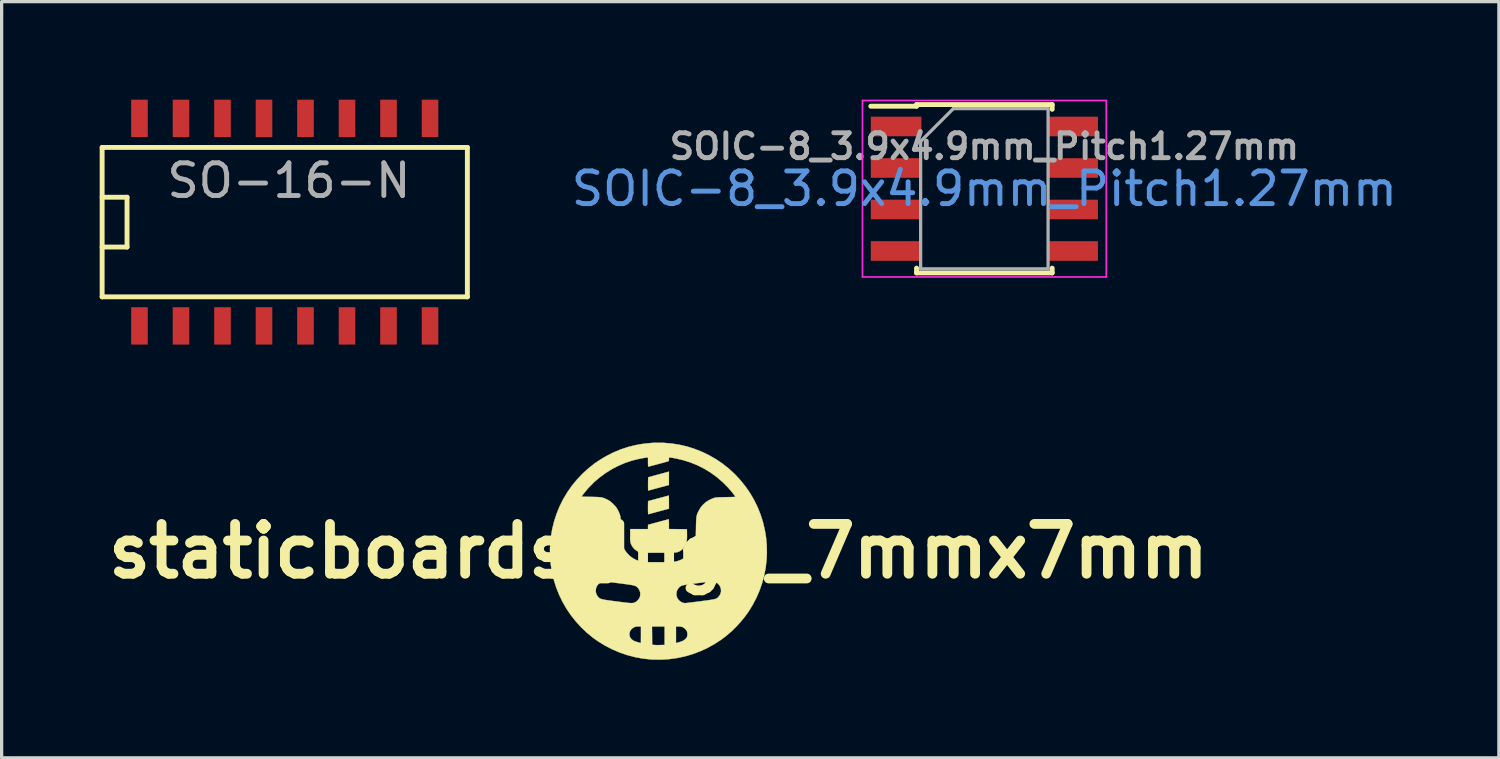
<source format=kicad_pcb>
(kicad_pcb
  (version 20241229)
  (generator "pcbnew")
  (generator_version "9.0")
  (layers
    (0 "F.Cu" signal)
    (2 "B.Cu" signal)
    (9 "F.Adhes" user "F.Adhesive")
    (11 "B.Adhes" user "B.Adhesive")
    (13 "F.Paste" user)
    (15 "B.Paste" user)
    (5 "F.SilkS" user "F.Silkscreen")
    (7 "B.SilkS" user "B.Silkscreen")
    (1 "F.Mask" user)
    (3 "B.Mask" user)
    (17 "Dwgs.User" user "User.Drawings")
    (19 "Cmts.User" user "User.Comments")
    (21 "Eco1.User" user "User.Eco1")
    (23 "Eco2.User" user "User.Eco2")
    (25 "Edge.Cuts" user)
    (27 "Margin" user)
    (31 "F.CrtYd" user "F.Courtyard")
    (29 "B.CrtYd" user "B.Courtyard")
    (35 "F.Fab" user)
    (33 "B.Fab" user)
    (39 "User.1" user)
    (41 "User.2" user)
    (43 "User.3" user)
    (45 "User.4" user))
  (footprint "SO-16-N"
    (layer "F.Cu")
    (at 5.663 3.747)
    (property "Reference" "SO-16-N" (at 0.127 -1.27 0) (layer "F.Fab") (effects (font (size 1 1) (thickness 0.15))))
    (attr smd)
    (fp_line (start -5.588 -2.286) (end 5.588 -2.286) (stroke (width 0.15) (type solid)) (layer "F.SilkS"))
    (fp_line (start -5.588 -0.762) (end -4.826 -0.762) (stroke (width 0.15) (type solid)) (layer "F.SilkS"))
    (fp_line (start -5.588 2.286) (end -5.588 -2.286) (stroke (width 0.15) (type solid)) (layer "F.SilkS"))
    (fp_line (start -4.826 -0.762) (end -4.826 0.762) (stroke (width 0.15) (type solid)) (layer "F.SilkS"))
    (fp_line (start -4.826 0.762) (end -5.588 0.762) (stroke (width 0.15) (type solid)) (layer "F.SilkS"))
    (fp_line (start 5.588 -2.286) (end 5.588 2.286) (stroke (width 0.15) (type solid)) (layer "F.SilkS"))
    (fp_line (start 5.588 2.286) (end -5.588 2.286) (stroke (width 0.15) (type solid)) (layer "F.SilkS"))
    (pad "1" smd rect (at -4.445 3.175) (size 0.508 1.143) (layers "F.Cu" "F.Mask" "F.Paste"))
    (pad "2" smd rect (at -3.175 3.175) (size 0.508 1.143) (layers "F.Cu" "F.Mask" "F.Paste"))
    (pad "3" smd rect (at -1.905 3.175) (size 0.508 1.143) (layers "F.Cu" "F.Mask" "F.Paste"))
    (pad "4" smd rect (at -0.635 3.175) (size 0.508 1.143) (layers "F.Cu" "F.Mask" "F.Paste"))
    (pad "5" smd rect (at 0.635 3.175) (size 0.508 1.143) (layers "F.Cu" "F.Mask" "F.Paste"))
    (pad "6" smd rect (at 1.905 3.175) (size 0.508 1.143) (layers "F.Cu" "F.Mask" "F.Paste"))
    (pad "7" smd rect (at 3.175 3.175) (size 0.508 1.143) (layers "F.Cu" "F.Mask" "F.Paste"))
    (pad "8" smd rect (at 4.445 3.175) (size 0.508 1.143) (layers "F.Cu" "F.Mask" "F.Paste"))
    (pad "9" smd rect (at 4.445 -3.175) (size 0.508 1.143) (layers "F.Cu" "F.Mask" "F.Paste"))
    (pad "10" smd rect (at 3.175 -3.175) (size 0.508 1.143) (layers "F.Cu" "F.Mask" "F.Paste"))
    (pad "11" smd rect (at 1.905 -3.175) (size 0.508 1.143) (layers "F.Cu" "F.Mask" "F.Paste"))
    (pad "12" smd rect (at 0.635 -3.175) (size 0.508 1.143) (layers "F.Cu" "F.Mask" "F.Paste"))
    (pad "13" smd rect (at -0.635 -3.175) (size 0.508 1.143) (layers "F.Cu" "F.Mask" "F.Paste"))
    (pad "14" smd rect (at -1.905 -3.175) (size 0.508 1.143) (layers "F.Cu" "F.Mask" "F.Paste"))
    (pad "15" smd rect (at -3.175 -3.175) (size 0.508 1.143) (layers "F.Cu" "F.Mask" "F.Paste"))
    (pad "16" smd rect (at -4.445 -3.175) (size 0.508 1.143) (layers "F.Cu" "F.Mask" "F.Paste")))
  (footprint "staticboards_logo_7mmx7mm"
    (layer "F.Cu")
    (at 17.098 13.816)
    (property "Reference" "staticboards_logo_7mmx7mm" (at 0 0 0) (layer "F.SilkS") (effects (font (size 1.524 1.524) (thickness 0.3))))
    (attr through_hole)
    (fp_poly (pts (xy 0.32 -2.027) (xy 0.012 -1.943) (xy -0.062 -1.923) (xy -0.129 -1.905) (xy -0.19 -1.889) (xy -0.24 -1.875) (xy -0.278 -1.864) (xy -0.301 -1.858) (xy -0.308 -1.856) (xy -0.312 -1.858) (xy -0.315 -1.869) (xy -0.317 -1.89) (xy -0.318 -1.925) (xy -0.318 -1.974) (xy -0.318 -2.04) (xy -0.318 -2.057) (xy -0.315 -2.262) (xy -0.08 -2.326) (xy -0.011 -2.345) (xy 0.057 -2.363) (xy 0.12 -2.38) (xy 0.175 -2.395) (xy 0.217 -2.407) (xy 0.238 -2.412) (xy 0.32 -2.435) (xy 0.32 -2.027)) (stroke (width 0.01) (type solid)) (fill yes) (layer "F.SilkS"))
    (fp_poly (pts (xy 0.317 -1.694) (xy 0.318 -1.669) (xy 0.319 -1.63) (xy 0.32 -1.581) (xy 0.32 -1.524) (xy 0.32 -1.503) (xy 0.32 -1.302) (xy 0.012 -1.219) (xy -0.062 -1.199) (xy -0.129 -1.181) (xy -0.19 -1.164) (xy -0.24 -1.151) (xy -0.278 -1.14) (xy -0.301 -1.133) (xy -0.308 -1.131) (xy -0.312 -1.134) (xy -0.315 -1.146) (xy -0.317 -1.169) (xy -0.319 -1.206) (xy -0.32 -1.257) (xy -0.32 -1.326) (xy -0.32 -1.33) (xy -0.32 -1.39) (xy -0.319 -1.442) (xy -0.318 -1.485) (xy -0.317 -1.516) (xy -0.316 -1.532) (xy -0.316 -1.533) (xy -0.306 -1.536) (xy -0.28 -1.543) (xy -0.24 -1.553) (xy -0.189 -1.567) (xy -0.127 -1.583) (xy -0.059 -1.602) (xy 0.001 -1.618) (xy 0.074 -1.638) (xy 0.141 -1.656) (xy 0.201 -1.672) (xy 0.25 -1.685) (xy 0.287 -1.695) (xy 0.31 -1.701) (xy 0.316 -1.703) (xy 0.317 -1.694)) (stroke (width 0.01) (type solid)) (fill yes) (layer "F.SilkS"))
    (fp_poly (pts (xy 0.317 -0.969) (xy 0.318 -0.945) (xy 0.319 -0.908) (xy 0.32 -0.861) (xy 0.32 -0.828) (xy 0.32 -0.678) (xy 0.595 -0.675) (xy 0.87 -0.673) (xy 0.873 -0.522) (xy 0.873 -0.437) (xy 0.87 -0.367) (xy 0.864 -0.309) (xy 0.853 -0.259) (xy 0.838 -0.213) (xy 0.822 -0.18) (xy 0.787 -0.123) (xy 0.742 -0.07) (xy 0.691 -0.026) (xy 0.651 -0.001) (xy 0.631 0.009) (xy 0.612 0.017) (xy 0.592 0.025) (xy 0.569 0.03) (xy 0.543 0.035) (xy 0.511 0.039) (xy 0.471 0.042) (xy 0.423 0.044) (xy 0.364 0.045) (xy 0.292 0.046) (xy 0.207 0.046) (xy 0.106 0.047) (xy -0.009 0.047) (xy -0.121 0.046) (xy -0.217 0.046) (xy -0.296 0.046) (xy -0.362 0.045) (xy -0.415 0.044) (xy -0.458 0.043) (xy -0.492 0.042) (xy -0.518 0.04) (xy -0.538 0.037) (xy -0.555 0.035) (xy -0.568 0.031) (xy -0.575 0.029) (xy -0.657 -0.007) (xy -0.727 -0.057) (xy -0.785 -0.121) (xy -0.83 -0.197) (xy -0.847 -0.24) (xy -0.853 -0.261) (xy -0.858 -0.283) (xy -0.861 -0.309) (xy -0.864 -0.343) (xy -0.865 -0.387) (xy -0.865 -0.445) (xy -0.865 -0.486) (xy -0.865 -0.677) (xy -0.32 -0.677) (xy -0.32 -0.743) (xy -0.319 -0.776) (xy -0.318 -0.799) (xy -0.316 -0.809) (xy -0.316 -0.809) (xy -0.306 -0.811) (xy -0.281 -0.818) (xy -0.241 -0.829) (xy -0.189 -0.843) (xy -0.128 -0.859) (xy -0.059 -0.878) (xy 0 -0.894) (xy 0.073 -0.914) (xy 0.141 -0.932) (xy 0.2 -0.948) (xy 0.25 -0.961) (xy 0.287 -0.971) (xy 0.31 -0.977) (xy 0.316 -0.978) (xy 0.317 -0.969)) (stroke (width 0.01) (type solid)) (fill yes) (layer "F.SilkS"))
    (fp_poly (pts (xy 0.159 -3.316) (xy 0.404 -3.295) (xy 0.646 -3.257) (xy 0.883 -3.201) (xy 1.115 -3.127) (xy 1.34 -3.038) (xy 1.559 -2.931) (xy 1.769 -2.809) (xy 1.971 -2.671) (xy 2.163 -2.518) (xy 2.344 -2.35) (xy 2.513 -2.168) (xy 2.667 -1.975) (xy 2.806 -1.773) (xy 2.928 -1.564) (xy 3.033 -1.348) (xy 3.122 -1.127) (xy 3.195 -0.9) (xy 3.25 -0.67) (xy 3.29 -0.437) (xy 3.312 -0.202) (xy 3.318 0.035) (xy 3.307 0.271) (xy 3.28 0.506) (xy 3.235 0.74) (xy 3.173 0.971) (xy 3.095 1.198) (xy 2.999 1.42) (xy 2.886 1.637) (xy 2.757 1.847) (xy 2.746 1.863) (xy 2.636 2.015) (xy 2.511 2.166) (xy 2.376 2.313) (xy 2.234 2.452) (xy 2.088 2.579) (xy 1.941 2.692) (xy 1.929 2.701) (xy 1.717 2.839) (xy 1.499 2.96) (xy 1.273 3.064) (xy 1.041 3.15) (xy 0.804 3.219) (xy 0.563 3.27) (xy 0.318 3.303) (xy 0.07 3.318) (xy -0.18 3.314) (xy -0.245 3.31) (xy -0.485 3.284) (xy -0.725 3.239) (xy -0.961 3.177) (xy -1.192 3.098) (xy -1.416 3.002) (xy -1.633 2.89) (xy -1.84 2.763) (xy -1.991 2.657) (xy -2.103 2.565) (xy -0.888 2.565) (xy -0.875 2.619) (xy -0.847 2.668) (xy -0.805 2.709) (xy -0.793 2.717) (xy -0.77 2.731) (xy -0.75 2.743) (xy -0.728 2.753) (xy -0.702 2.763) (xy -0.668 2.774) (xy -0.624 2.788) (xy -0.566 2.804) (xy -0.539 2.812) (xy -0.538 2.803) (xy -0.537 2.778) (xy -0.537 2.739) (xy -0.537 2.688) (xy -0.536 2.628) (xy -0.536 2.562) (xy -0.536 2.305) (xy -0.198 2.305) (xy -0.195 2.585) (xy -0.193 2.865) (xy -0.108 2.87) (xy -0.064 2.873) (xy -0.022 2.874) (xy 0.011 2.873) (xy 0.018 2.873) (xy 0.05 2.871) (xy 0.091 2.87) (xy 0.124 2.869) (xy 0.188 2.869) (xy 0.188 2.812) (xy 0.536 2.812) (xy 0.601 2.794) (xy 0.644 2.781) (xy 0.688 2.767) (xy 0.718 2.756) (xy 0.762 2.735) (xy 0.804 2.705) (xy 0.841 2.671) (xy 0.867 2.636) (xy 0.875 2.618) (xy 0.884 2.574) (xy 0.885 2.524) (xy 0.879 2.477) (xy 0.872 2.454) (xy 0.843 2.405) (xy 0.801 2.362) (xy 0.753 2.329) (xy 0.748 2.327) (xy 0.718 2.315) (xy 0.688 2.308) (xy 0.65 2.305) (xy 0.619 2.305) (xy 0.536 2.305) (xy 0.536 2.812) (xy 0.188 2.812) (xy 0.188 2.305) (xy -0.198 2.305) (xy -0.536 2.305) (xy -0.619 2.305) (xy -0.665 2.306) (xy -0.699 2.31) (xy -0.729 2.319) (xy -0.748 2.327) (xy -0.802 2.361) (xy -0.844 2.405) (xy -0.872 2.455) (xy -0.887 2.51) (xy -0.888 2.565) (xy -2.103 2.565) (xy -2.184 2.5) (xy -2.363 2.33) (xy -2.528 2.15) (xy -2.679 1.959) (xy -2.815 1.759) (xy -2.935 1.55) (xy -3.04 1.333) (xy -3.1 1.183) (xy -1.919 1.183) (xy -1.917 1.249) (xy -1.9 1.313) (xy -1.868 1.372) (xy -1.839 1.406) (xy -1.823 1.421) (xy -1.807 1.435) (xy -1.789 1.446) (xy -1.768 1.456) (xy -1.742 1.465) (xy -1.708 1.474) (xy -1.666 1.483) (xy -1.613 1.492) (xy -1.548 1.502) (xy -1.468 1.513) (xy -1.373 1.526) (xy -1.312 1.534) (xy -1.201 1.548) (xy -1.107 1.561) (xy -1.029 1.57) (xy -0.963 1.578) (xy -0.91 1.583) (xy -0.866 1.586) (xy -0.831 1.587) (xy -0.803 1.587) (xy -0.78 1.584) (xy -0.76 1.58) (xy -0.741 1.575) (xy -0.738 1.574) (xy -0.692 1.551) (xy -0.646 1.514) (xy -0.607 1.47) (xy -0.577 1.422) (xy -0.569 1.403) (xy -0.556 1.333) (xy -0.558 1.29) (xy 0.548 1.29) (xy 0.552 1.354) (xy 0.57 1.416) (xy 0.601 1.472) (xy 0.646 1.521) (xy 0.703 1.558) (xy 0.738 1.573) (xy 0.771 1.583) (xy 0.801 1.589) (xy 0.812 1.59) (xy 0.827 1.588) (xy 0.858 1.585) (xy 0.904 1.58) (xy 0.963 1.573) (xy 1.033 1.564) (xy 1.111 1.554) (xy 1.196 1.544) (xy 1.276 1.533) (xy 1.384 1.519) (xy 1.475 1.507) (xy 1.551 1.496) (xy 1.614 1.487) (xy 1.664 1.478) (xy 1.704 1.47) (xy 1.736 1.462) (xy 1.762 1.453) (xy 1.782 1.443) (xy 1.799 1.432) (xy 1.814 1.419) (xy 1.83 1.404) (xy 1.833 1.401) (xy 1.876 1.346) (xy 1.903 1.285) (xy 1.915 1.222) (xy 1.911 1.159) (xy 1.894 1.098) (xy 1.864 1.042) (xy 1.822 0.994) (xy 1.768 0.957) (xy 1.703 0.932) (xy 1.692 0.93) (xy 1.679 0.928) (xy 1.663 0.926) (xy 1.642 0.926) (xy 1.616 0.927) (xy 1.582 0.93) (xy 1.539 0.934) (xy 1.485 0.941) (xy 1.418 0.949) (xy 1.337 0.959) (xy 1.239 0.971) (xy 1.196 0.977) (xy 1.087 0.991) (xy 0.995 1.003) (xy 0.918 1.014) (xy 0.855 1.023) (xy 0.803 1.032) (xy 0.762 1.04) (xy 0.73 1.049) (xy 0.704 1.057) (xy 0.683 1.067) (xy 0.666 1.078) (xy 0.651 1.09) (xy 0.636 1.105) (xy 0.63 1.11) (xy 0.587 1.165) (xy 0.56 1.226) (xy 0.548 1.29) (xy -0.558 1.29) (xy -0.559 1.263) (xy -0.58 1.197) (xy -0.616 1.137) (xy -0.637 1.114) (xy -0.652 1.098) (xy -0.668 1.085) (xy -0.686 1.074) (xy -0.706 1.064) (xy -0.732 1.054) (xy -0.764 1.046) (xy -0.804 1.037) (xy -0.855 1.028) (xy -0.917 1.019) (xy -0.992 1.008) (xy -1.083 0.996) (xy -1.19 0.982) (xy -1.209 0.98) (xy -1.317 0.966) (xy -1.409 0.954) (xy -1.486 0.945) (xy -1.549 0.938) (xy -1.6 0.934) (xy -1.642 0.931) (xy -1.675 0.931) (xy -1.701 0.933) (xy -1.723 0.937) (xy -1.742 0.943) (xy -1.76 0.951) (xy -1.778 0.961) (xy -1.783 0.964) (xy -1.838 1.006) (xy -1.879 1.059) (xy -1.906 1.119) (xy -1.919 1.183) (xy -3.1 1.183) (xy -3.129 1.109) (xy -3.201 0.88) (xy -3.257 0.645) (xy -3.296 0.406) (xy -3.317 0.164) (xy -3.32 -0.08) (xy -3.305 -0.326) (xy -3.293 -0.427) (xy -3.252 -0.673) (xy -3.193 -0.914) (xy -3.116 -1.148) (xy -3.024 -1.374) (xy -2.915 -1.593) (xy -2.867 -1.672) (xy -2.352 -1.672) (xy -2.343 -1.671) (xy -2.317 -1.669) (xy -2.277 -1.667) (xy -2.226 -1.666) (xy -2.164 -1.664) (xy -2.096 -1.663) (xy -2.067 -1.663) (xy -1.976 -1.661) (xy -1.901 -1.659) (xy -1.839 -1.656) (xy -1.787 -1.652) (xy -1.743 -1.645) (xy -1.705 -1.637) (xy -1.668 -1.625) (xy -1.631 -1.609) (xy -1.591 -1.59) (xy -1.557 -1.573) (xy -1.517 -1.552) (xy -1.483 -1.529) (xy -1.449 -1.503) (xy -1.411 -1.468) (xy -1.378 -1.435) (xy -1.337 -1.394) (xy -1.308 -1.361) (xy -1.285 -1.332) (xy -1.265 -1.3) (xy -1.244 -1.262) (xy -1.234 -1.242) (xy -1.215 -1.203) (xy -1.2 -1.169) (xy -1.187 -1.136) (xy -1.177 -1.104) (xy -1.169 -1.07) (xy -1.163 -1.031) (xy -1.158 -0.985) (xy -1.155 -0.929) (xy -1.152 -0.863) (xy -1.15 -0.782) (xy -1.148 -0.685) (xy -1.148 -0.668) (xy -1.146 -0.575) (xy -1.144 -0.499) (xy -1.143 -0.437) (xy -1.141 -0.388) (xy -1.138 -0.348) (xy -1.135 -0.317) (xy -1.132 -0.292) (xy -1.128 -0.27) (xy -1.123 -0.249) (xy -1.122 -0.243) (xy -1.082 -0.132) (xy -1.027 -0.03) (xy -0.958 0.063) (xy -0.877 0.144) (xy -0.786 0.213) (xy -0.685 0.267) (xy -0.578 0.306) (xy -0.465 0.328) (xy -0.458 0.329) (xy -0.426 0.331) (xy -0.379 0.333) (xy -0.317 0.335) (xy -0.246 0.336) (xy -0.166 0.337) (xy -0.081 0.337) (xy 0.006 0.337) (xy 0.092 0.337) (xy 0.176 0.336) (xy 0.254 0.335) (xy 0.324 0.334) (xy 0.382 0.333) (xy 0.426 0.331) (xy 0.45 0.329) (xy 0.568 0.307) (xy 0.679 0.268) (xy 0.781 0.214) (xy 0.874 0.145) (xy 0.956 0.062) (xy 1.025 -0.032) (xy 1.081 -0.138) (xy 1.122 -0.253) (xy 1.122 -0.254) (xy 1.127 -0.274) (xy 1.131 -0.296) (xy 1.134 -0.32) (xy 1.137 -0.351) (xy 1.14 -0.389) (xy 1.142 -0.436) (xy 1.144 -0.496) (xy 1.145 -0.569) (xy 1.147 -0.659) (xy 1.148 -0.677) (xy 1.149 -0.775) (xy 1.151 -0.856) (xy 1.154 -0.923) (xy 1.157 -0.978) (xy 1.16 -1.024) (xy 1.166 -1.061) (xy 1.172 -1.094) (xy 1.181 -1.123) (xy 1.191 -1.152) (xy 1.205 -1.182) (xy 1.219 -1.213) (xy 1.279 -1.319) (xy 1.352 -1.412) (xy 1.439 -1.492) (xy 1.539 -1.559) (xy 1.652 -1.612) (xy 1.698 -1.628) (xy 1.718 -1.634) (xy 1.736 -1.639) (xy 1.757 -1.643) (xy 1.782 -1.646) (xy 1.814 -1.648) (xy 1.854 -1.65) (xy 1.907 -1.651) (xy 1.973 -1.652) (xy 2.055 -1.654) (xy 2.058 -1.654) (xy 2.147 -1.655) (xy 2.221 -1.657) (xy 2.279 -1.659) (xy 2.321 -1.661) (xy 2.345 -1.664) (xy 2.352 -1.667) (xy 2.346 -1.679) (xy 2.33 -1.703) (xy 2.305 -1.736) (xy 2.275 -1.776) (xy 2.24 -1.819) (xy 2.203 -1.864) (xy 2.165 -1.907) (xy 2.13 -1.947) (xy 2.127 -1.95) (xy 1.961 -2.117) (xy 1.783 -2.269) (xy 1.596 -2.405) (xy 1.399 -2.525) (xy 1.193 -2.629) (xy 0.979 -2.716) (xy 0.756 -2.786) (xy 0.527 -2.84) (xy 0.467 -2.85) (xy 0.412 -2.86) (xy 0.372 -2.866) (xy 0.346 -2.868) (xy 0.33 -2.865) (xy 0.323 -2.857) (xy 0.32 -2.843) (xy 0.32 -2.822) (xy 0.32 -2.813) (xy 0.319 -2.781) (xy 0.315 -2.762) (xy 0.306 -2.754) (xy 0.303 -2.753) (xy 0.285 -2.747) (xy 0.253 -2.738) (xy 0.208 -2.726) (xy 0.155 -2.711) (xy 0.095 -2.695) (xy 0.031 -2.678) (xy -0.034 -2.66) (xy -0.098 -2.643) (xy -0.158 -2.627) (xy -0.212 -2.613) (xy -0.256 -2.601) (xy -0.289 -2.593) (xy -0.308 -2.588) (xy -0.312 -2.587) (xy -0.315 -2.596) (xy -0.317 -2.62) (xy -0.319 -2.657) (xy -0.32 -2.703) (xy -0.32 -2.729) (xy -0.32 -2.871) (xy -0.374 -2.865) (xy -0.426 -2.857) (xy -0.492 -2.846) (xy -0.565 -2.831) (xy -0.641 -2.815) (xy -0.716 -2.797) (xy -0.783 -2.78) (xy -0.817 -2.771) (xy -1.025 -2.701) (xy -1.229 -2.613) (xy -1.427 -2.51) (xy -1.617 -2.392) (xy -1.797 -2.26) (xy -1.965 -2.117) (xy -2.119 -1.962) (xy -2.124 -1.957) (xy -2.159 -1.917) (xy -2.196 -1.874) (xy -2.234 -1.829) (xy -2.269 -1.785) (xy -2.301 -1.746) (xy -2.326 -1.712) (xy -2.344 -1.687) (xy -2.352 -1.673) (xy -2.352 -1.672) (xy -2.867 -1.672) (xy -2.79 -1.802) (xy -2.65 -2.002) (xy -2.495 -2.191) (xy -2.326 -2.369) (xy -2.144 -2.535) (xy -1.948 -2.689) (xy -1.83 -2.77) (xy -1.615 -2.901) (xy -1.395 -3.014) (xy -1.168 -3.11) (xy -0.936 -3.187) (xy -0.697 -3.247) (xy -0.452 -3.289) (xy -0.202 -3.313) (xy -0.089 -3.318) (xy 0.159 -3.316)) (stroke (width 0.01) (type solid)) (fill yes) (layer "F.SilkS")))
  (footprint "SOIC-8_3.9x4.9mm_Pitch1.27mm"
    (layer "F.Cu")
    (at 27.07 2.725)
    (property "Reference" "SOIC-8_3.9x4.9mm_Pitch1.27mm" (at 0 -1.295 0) (layer "F.Fab") (effects (font (size 0.762 0.762) (thickness 0.15))))
    (attr smd)
    (fp_line (start -2.075 -2.575) (end -2.075 -2.525) (stroke (width 0.15) (type solid)) (layer "F.SilkS"))
    (fp_line (start -2.075 -2.575) (end 2.075 -2.575) (stroke (width 0.15) (type solid)) (layer "F.SilkS"))
    (fp_line (start -2.075 -2.525) (end -3.475 -2.525) (stroke (width 0.15) (type solid)) (layer "F.SilkS"))
    (fp_line (start -2.075 2.575) (end -2.075 2.43) (stroke (width 0.15) (type solid)) (layer "F.SilkS"))
    (fp_line (start -2.075 2.575) (end 2.075 2.575) (stroke (width 0.15) (type solid)) (layer "F.SilkS"))
    (fp_line (start 2.075 -2.575) (end 2.075 -2.43) (stroke (width 0.15) (type solid)) (layer "F.SilkS"))
    (fp_line (start 2.075 2.575) (end 2.075 2.43) (stroke (width 0.15) (type solid)) (layer "F.SilkS"))
    (fp_line (start -3.73 -2.7) (end -3.73 2.7) (stroke (width 0.05) (type solid)) (layer "F.CrtYd"))
    (fp_line (start -3.73 -2.7) (end 3.73 -2.7) (stroke (width 0.05) (type solid)) (layer "F.CrtYd"))
    (fp_line (start -3.73 2.7) (end 3.73 2.7) (stroke (width 0.05) (type solid)) (layer "F.CrtYd"))
    (fp_line (start 3.73 -2.7) (end 3.73 2.7) (stroke (width 0.05) (type solid)) (layer "F.CrtYd"))
    (fp_line (start -1.95 -1.45) (end -0.95 -2.45) (stroke (width 0.1) (type solid)) (layer "F.Fab"))
    (fp_line (start -1.95 2.45) (end -1.95 -1.45) (stroke (width 0.1) (type solid)) (layer "F.Fab"))
    (fp_line (start -0.95 -2.45) (end 1.95 -2.45) (stroke (width 0.1) (type solid)) (layer "F.Fab"))
    (fp_line (start 1.95 -2.45) (end 1.95 2.45) (stroke (width 0.1) (type solid)) (layer "F.Fab"))
    (fp_line (start 1.95 2.45) (end -1.95 2.45) (stroke (width 0.1) (type solid)) (layer "F.Fab"))
    (fp_text user "${REFERENCE}" (at 0 0 0) (layer "Cmts.User") (effects (font (size 1 1) (thickness 0.15))))
    (pad "1" smd rect (at -2.7 -1.905) (size 1.55 0.6) (layers "F.Cu" "F.Mask" "F.Paste"))
    (pad "2" smd rect (at -2.7 -0.635) (size 1.55 0.6) (layers "F.Cu" "F.Mask" "F.Paste"))
    (pad "3" smd rect (at -2.7 0.635) (size 1.55 0.6) (layers "F.Cu" "F.Mask" "F.Paste"))
    (pad "4" smd rect (at -2.7 1.905) (size 1.55 0.6) (layers "F.Cu" "F.Mask" "F.Paste"))
    (pad "5" smd rect (at 2.7 1.905) (size 1.55 0.6) (layers "F.Cu" "F.Mask" "F.Paste"))
    (pad "6" smd rect (at 2.7 0.635) (size 1.55 0.6) (layers "F.Cu" "F.Mask" "F.Paste"))
    (pad "7" smd rect (at 2.7 -0.635) (size 1.55 0.6) (layers "F.Cu" "F.Mask" "F.Paste"))
    (pad "8" smd rect (at 2.7 -1.905) (size 1.55 0.6) (layers "F.Cu" "F.Mask" "F.Paste")))
  (gr_rect
    (start -3 -3)
    (end 42.814 20.139)
    (stroke (width 0.1) (type default))
    (fill no)
    (layer "Edge.Cuts")))
</source>
